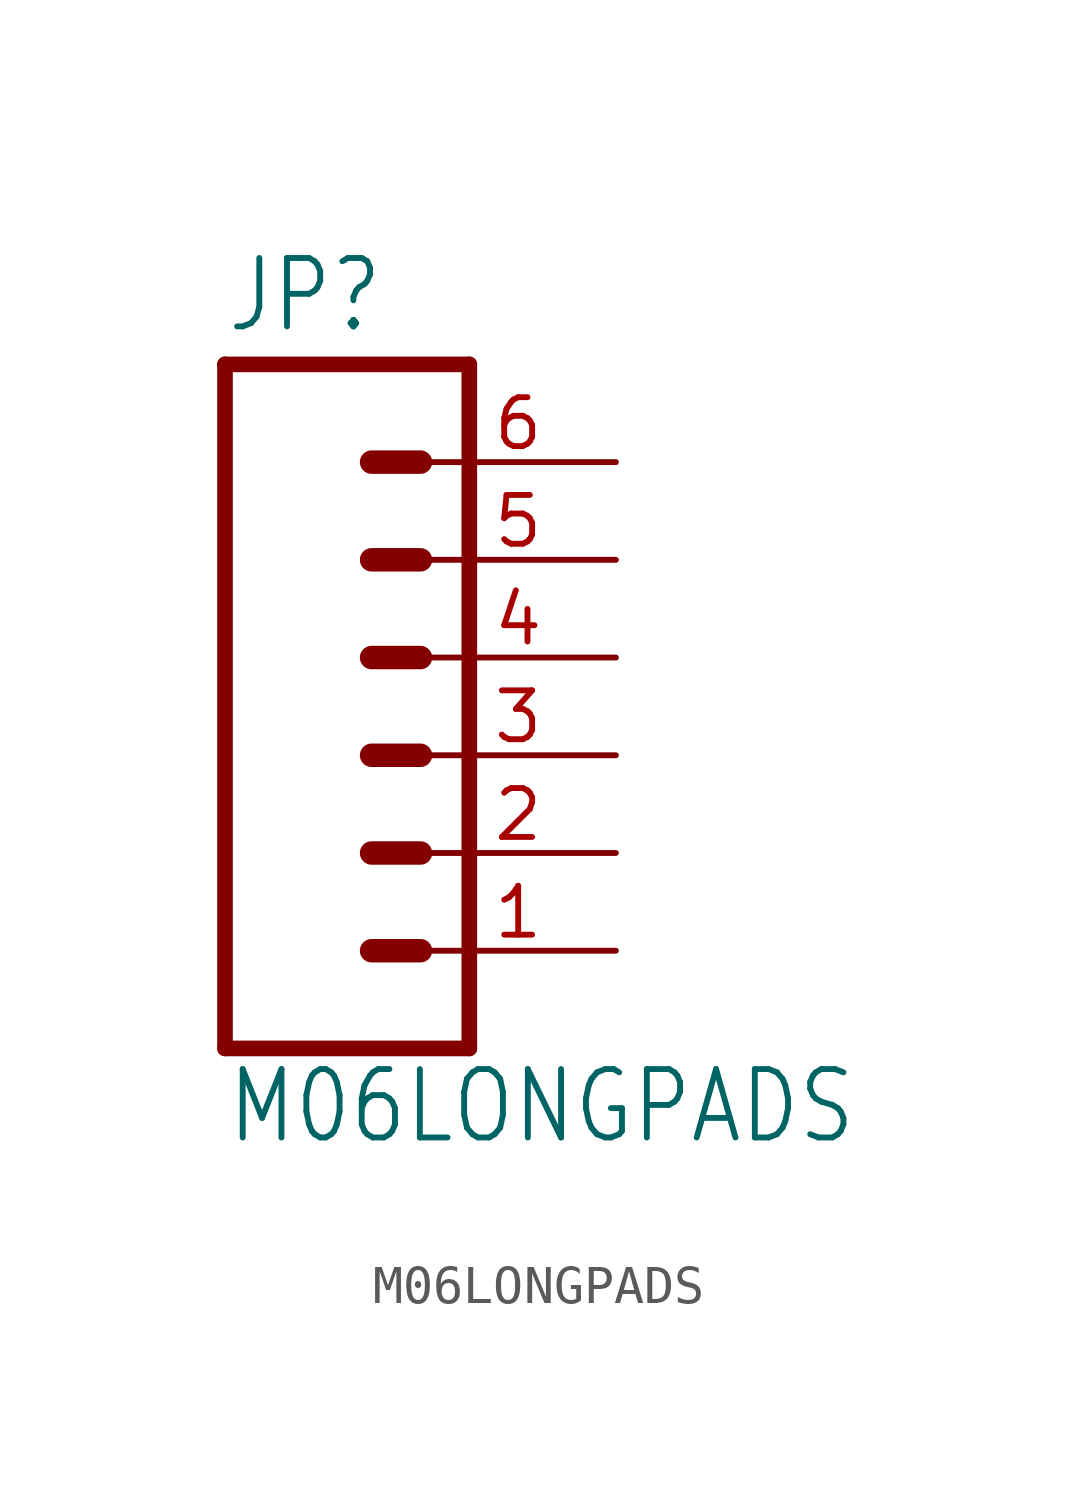
<source format=kicad_sym>
(kicad_symbol_lib
  (version 20211014)
  (generator kicad_symbol_editor)
  (symbol "M06LONGPADS"
    (property "Reference" "JP"
      (at -5.08 10.922 0)
      (effects (font (size 1.778 1.511)) (justify left bottom)))
    (property "Value" "M06LONGPADS"
      (at -5.08 -10.16 0)
      (effects (font (size 1.778 1.511)) (justify left bottom)))
    (property "ki_locked" ""
      (at 0 0 0)
      (effects (font (size 1.27 1.27))))
    (symbol "M06LONGPADS_1_0"
      (polyline (pts (xy -5.08 10.16) (xy -5.08 -7.62)) (stroke (width 0.406) (type default) (color 0 0 0 0)) (fill (type none)))
      (polyline (pts (xy -5.08 10.16) (xy 1.27 10.16)) (stroke (width 0.406) (type default) (color 0 0 0 0)) (fill (type none)))
      (polyline (pts (xy -1.27 -5.08) (xy 0 -5.08)) (stroke (width 0.61) (type default) (color 0 0 0 0)) (fill (type none)))
      (polyline (pts (xy -1.27 -2.54) (xy 0 -2.54)) (stroke (width 0.61) (type default) (color 0 0 0 0)) (fill (type none)))
      (polyline (pts (xy -1.27 0) (xy 0 0)) (stroke (width 0.61) (type default) (color 0 0 0 0)) (fill (type none)))
      (polyline (pts (xy -1.27 2.54) (xy 0 2.54)) (stroke (width 0.61) (type default) (color 0 0 0 0)) (fill (type none)))
      (polyline (pts (xy -1.27 5.08) (xy 0 5.08)) (stroke (width 0.61) (type default) (color 0 0 0 0)) (fill (type none)))
      (polyline (pts (xy -1.27 7.62) (xy 0 7.62)) (stroke (width 0.61) (type default) (color 0 0 0 0)) (fill (type none)))
      (polyline (pts (xy 1.27 -7.62) (xy -5.08 -7.62)) (stroke (width 0.406) (type default) (color 0 0 0 0)) (fill (type none)))
      (polyline (pts (xy 1.27 -7.62) (xy 1.27 10.16)) (stroke (width 0.406) (type default) (color 0 0 0 0)) (fill (type none)))
      (pin passive line (at 5.08 -5.08 180) (length 5.08) (name "1" (effects (font (size 0 0)))) (number "1" (effects (font (size 1.27 1.27)))))
      (pin passive line (at 5.08 -2.54 180) (length 5.08) (name "2" (effects (font (size 0 0)))) (number "2" (effects (font (size 1.27 1.27)))))
      (pin passive line (at 5.08 0 180) (length 5.08) (name "3" (effects (font (size 0 0)))) (number "3" (effects (font (size 1.27 1.27)))))
      (pin passive line (at 5.08 2.54 180) (length 5.08) (name "4" (effects (font (size 0 0)))) (number "4" (effects (font (size 1.27 1.27)))))
      (pin passive line (at 5.08 5.08 180) (length 5.08) (name "5" (effects (font (size 0 0)))) (number "5" (effects (font (size 1.27 1.27)))))
      (pin passive line (at 5.08 7.62 180) (length 5.08) (name "6" (effects (font (size 0 0)))) (number "6" (effects (font (size 1.27 1.27))))))))
</source>
